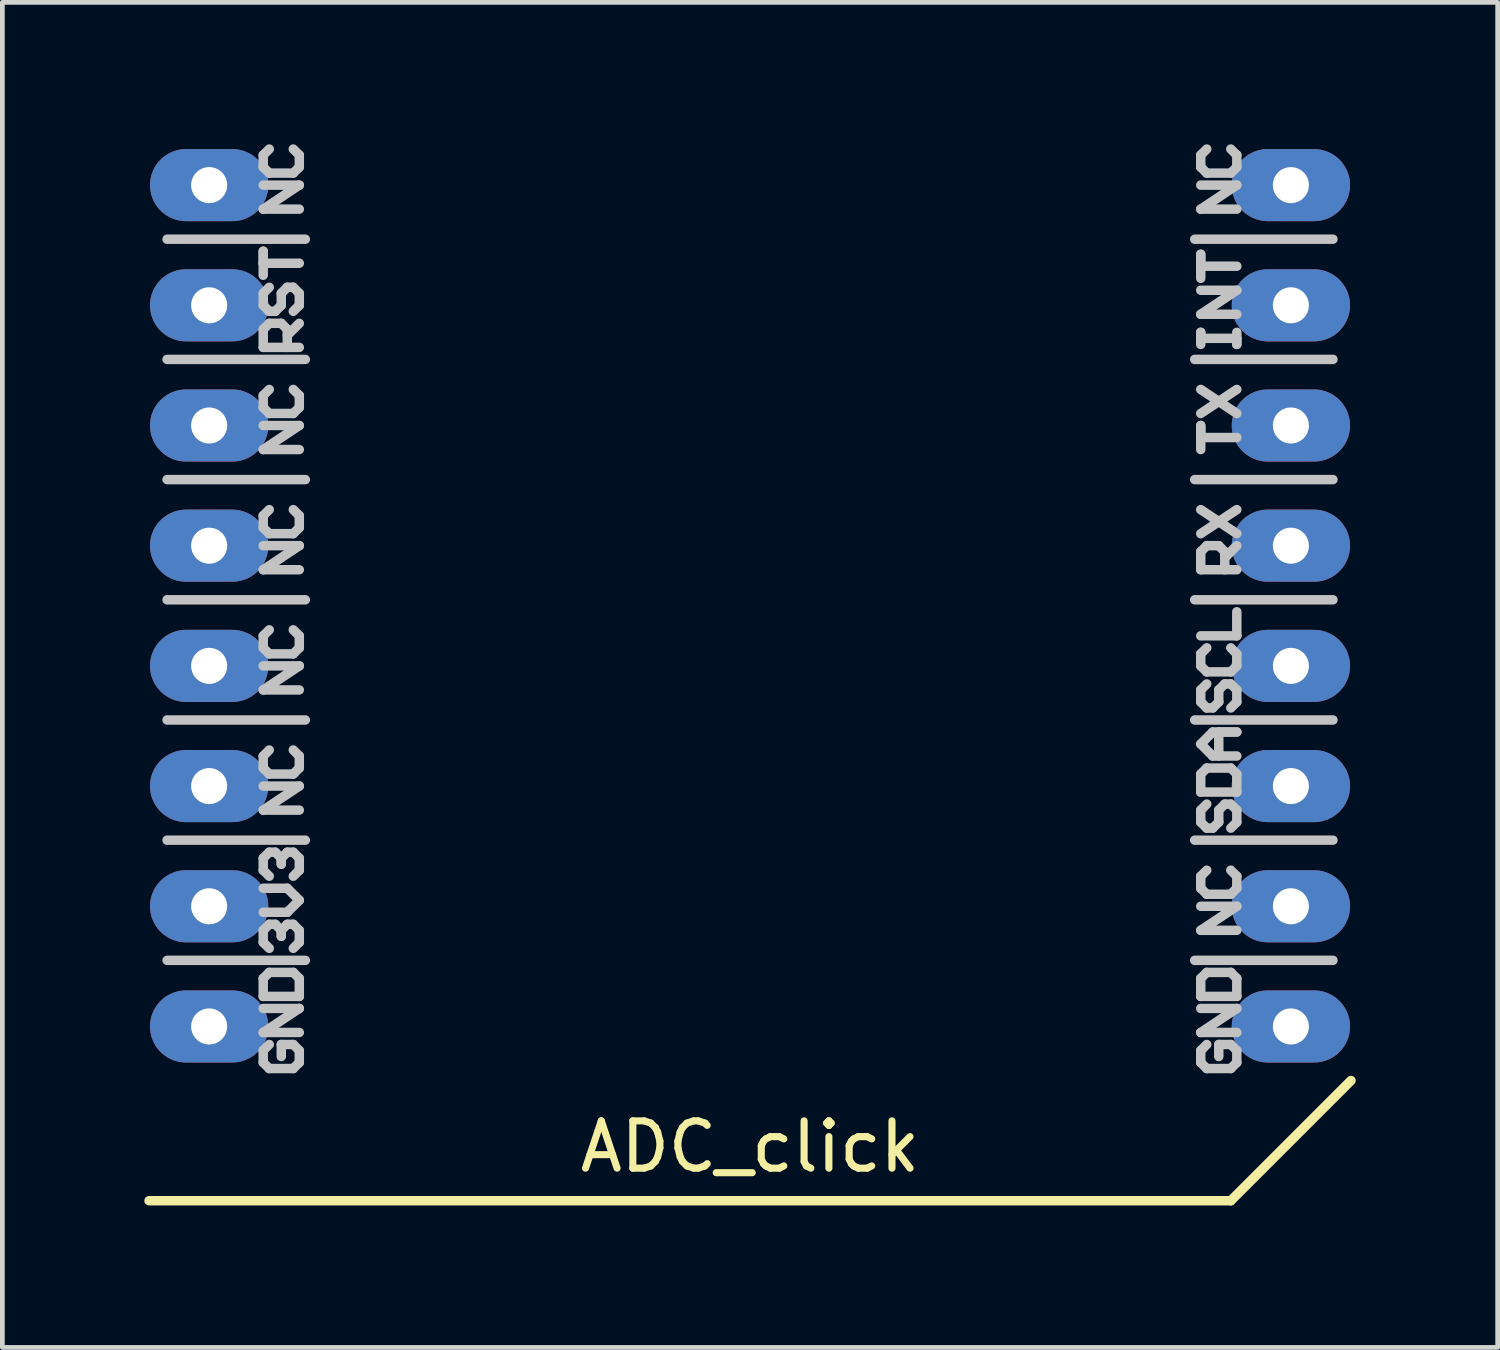
<source format=kicad_pcb>
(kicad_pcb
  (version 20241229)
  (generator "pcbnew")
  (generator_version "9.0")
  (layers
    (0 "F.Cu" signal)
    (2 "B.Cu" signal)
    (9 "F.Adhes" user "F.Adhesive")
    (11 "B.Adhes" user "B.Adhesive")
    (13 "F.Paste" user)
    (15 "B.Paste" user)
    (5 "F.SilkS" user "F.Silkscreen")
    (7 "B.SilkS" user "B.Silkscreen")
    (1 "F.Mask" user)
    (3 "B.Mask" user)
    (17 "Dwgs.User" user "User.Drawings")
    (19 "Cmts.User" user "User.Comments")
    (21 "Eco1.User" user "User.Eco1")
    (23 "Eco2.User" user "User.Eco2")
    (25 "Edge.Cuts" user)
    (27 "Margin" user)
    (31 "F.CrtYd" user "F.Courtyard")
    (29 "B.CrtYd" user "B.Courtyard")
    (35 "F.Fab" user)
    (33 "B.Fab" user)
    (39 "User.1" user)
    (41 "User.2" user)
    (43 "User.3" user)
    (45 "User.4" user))
  (footprint "ADC_click"
    (layer "F.Cu")
    (at 12.8 9.752)
    (property "Reference" "ADC_click" (at 0 11.43 0) (layer "F.SilkS") (effects (font (size 1 1) (thickness 0.15))))
    (attr through_hole)
    (fp_line (start -12.7 12.573) (end 10.16 12.573) (stroke (width 0.2) (type solid)) (layer "F.SilkS"))
    (fp_line (start 10.16 12.573) (end 12.7 10.033) (stroke (width 0.2) (type solid)) (layer "F.SilkS"))
    (fp_line (start -12.319 -7.747) (end -9.398 -7.747) (stroke (width 0.2) (type solid)) (layer "Dwgs.User"))
    (fp_line (start -12.319 -5.207) (end -9.398 -5.207) (stroke (width 0.2) (type solid)) (layer "Dwgs.User"))
    (fp_line (start -12.319 -2.667) (end -9.398 -2.667) (stroke (width 0.2) (type solid)) (layer "Dwgs.User"))
    (fp_line (start -12.319 -0.127) (end -9.398 -0.127) (stroke (width 0.2) (type solid)) (layer "Dwgs.User"))
    (fp_line (start -12.319 2.413) (end -9.398 2.413) (stroke (width 0.2) (type solid)) (layer "Dwgs.User"))
    (fp_line (start -12.319 4.953) (end -9.398 4.953) (stroke (width 0.2) (type solid)) (layer "Dwgs.User"))
    (fp_line (start -12.319 7.493) (end -9.398 7.493) (stroke (width 0.2) (type solid)) (layer "Dwgs.User"))
    (fp_line (start -10.287 -9.525) (end -10.287 -9.271) (stroke (width 0.2) (type solid)) (layer "Dwgs.User"))
    (fp_line (start -10.287 -9.271) (end -10.16 -9.144) (stroke (width 0.2) (type solid)) (layer "Dwgs.User"))
    (fp_line (start -10.287 -8.382) (end -9.525 -8.89) (stroke (width 0.2) (type solid)) (layer "Dwgs.User"))
    (fp_line (start -10.287 -7.493) (end -10.287 -7.239) (stroke (width 0.2) (type solid)) (layer "Dwgs.User"))
    (fp_line (start -10.287 -7.239) (end -9.525 -7.239) (stroke (width 0.2) (type solid)) (layer "Dwgs.User"))
    (fp_line (start -10.287 -6.985) (end -10.287 -7.493) (stroke (width 0.2) (type solid)) (layer "Dwgs.User"))
    (fp_line (start -10.287 -6.604) (end -10.287 -6.35) (stroke (width 0.2) (type solid)) (layer "Dwgs.User"))
    (fp_line (start -10.287 -6.35) (end -10.16 -6.223) (stroke (width 0.2) (type solid)) (layer "Dwgs.User"))
    (fp_line (start -10.287 -5.842) (end -10.16 -5.969) (stroke (width 0.2) (type solid)) (layer "Dwgs.User"))
    (fp_line (start -10.287 -5.461) (end -10.287 -5.842) (stroke (width 0.2) (type solid)) (layer "Dwgs.User"))
    (fp_line (start -10.287 -4.445) (end -10.287 -4.191) (stroke (width 0.2) (type solid)) (layer "Dwgs.User"))
    (fp_line (start -10.287 -4.191) (end -10.16 -4.064) (stroke (width 0.2) (type solid)) (layer "Dwgs.User"))
    (fp_line (start -10.287 -3.302) (end -9.525 -3.81) (stroke (width 0.2) (type solid)) (layer "Dwgs.User"))
    (fp_line (start -10.287 -1.905) (end -10.287 -1.651) (stroke (width 0.2) (type solid)) (layer "Dwgs.User"))
    (fp_line (start -10.287 -1.651) (end -10.16 -1.524) (stroke (width 0.2) (type solid)) (layer "Dwgs.User"))
    (fp_line (start -10.287 -0.762) (end -9.525 -1.27) (stroke (width 0.2) (type solid)) (layer "Dwgs.User"))
    (fp_line (start -10.287 0.635) (end -10.287 0.889) (stroke (width 0.2) (type solid)) (layer "Dwgs.User"))
    (fp_line (start -10.287 0.889) (end -10.16 1.016) (stroke (width 0.2) (type solid)) (layer "Dwgs.User"))
    (fp_line (start -10.287 1.778) (end -9.525 1.27) (stroke (width 0.2) (type solid)) (layer "Dwgs.User"))
    (fp_line (start -10.287 3.175) (end -10.287 3.429) (stroke (width 0.2) (type solid)) (layer "Dwgs.User"))
    (fp_line (start -10.287 3.429) (end -10.16 3.556) (stroke (width 0.2) (type solid)) (layer "Dwgs.User"))
    (fp_line (start -10.287 4.318) (end -9.525 3.81) (stroke (width 0.2) (type solid)) (layer "Dwgs.User"))
    (fp_line (start -10.287 5.334) (end -10.16 5.207) (stroke (width 0.2) (type solid)) (layer "Dwgs.User"))
    (fp_line (start -10.287 5.588) (end -10.287 5.334) (stroke (width 0.2) (type solid)) (layer "Dwgs.User"))
    (fp_line (start -10.287 6.477) (end -9.779 6.477) (stroke (width 0.2) (type solid)) (layer "Dwgs.User"))
    (fp_line (start -10.287 6.858) (end -10.16 6.731) (stroke (width 0.2) (type solid)) (layer "Dwgs.User"))
    (fp_line (start -10.287 7.112) (end -10.287 6.858) (stroke (width 0.2) (type solid)) (layer "Dwgs.User"))
    (fp_line (start -10.287 7.874) (end -10.287 8.255) (stroke (width 0.2) (type solid)) (layer "Dwgs.User"))
    (fp_line (start -10.287 8.255) (end -9.525 8.255) (stroke (width 0.2) (type solid)) (layer "Dwgs.User"))
    (fp_line (start -10.287 9.017) (end -9.525 8.509) (stroke (width 0.2) (type solid)) (layer "Dwgs.User"))
    (fp_line (start -10.287 9.398) (end -10.287 9.652) (stroke (width 0.2) (type solid)) (layer "Dwgs.User"))
    (fp_line (start -10.287 9.652) (end -10.16 9.779) (stroke (width 0.2) (type solid)) (layer "Dwgs.User"))
    (fp_line (start -10.16 -9.652) (end -10.287 -9.525) (stroke (width 0.2) (type solid)) (layer "Dwgs.User"))
    (fp_line (start -10.16 -9.144) (end -9.652 -9.144) (stroke (width 0.2) (type solid)) (layer "Dwgs.User"))
    (fp_line (start -10.16 -6.731) (end -10.287 -6.604) (stroke (width 0.2) (type solid)) (layer "Dwgs.User"))
    (fp_line (start -10.16 -6.223) (end -10.033 -6.223) (stroke (width 0.2) (type solid)) (layer "Dwgs.User"))
    (fp_line (start -10.16 -5.969) (end -9.906 -5.969) (stroke (width 0.2) (type solid)) (layer "Dwgs.User"))
    (fp_line (start -10.16 -4.572) (end -10.287 -4.445) (stroke (width 0.2) (type solid)) (layer "Dwgs.User"))
    (fp_line (start -10.16 -4.064) (end -9.652 -4.064) (stroke (width 0.2) (type solid)) (layer "Dwgs.User"))
    (fp_line (start -10.16 -2.032) (end -10.287 -1.905) (stroke (width 0.2) (type solid)) (layer "Dwgs.User"))
    (fp_line (start -10.16 -1.524) (end -9.652 -1.524) (stroke (width 0.2) (type solid)) (layer "Dwgs.User"))
    (fp_line (start -10.16 0.508) (end -10.287 0.635) (stroke (width 0.2) (type solid)) (layer "Dwgs.User"))
    (fp_line (start -10.16 1.016) (end -9.652 1.016) (stroke (width 0.2) (type solid)) (layer "Dwgs.User"))
    (fp_line (start -10.16 3.048) (end -10.287 3.175) (stroke (width 0.2) (type solid)) (layer "Dwgs.User"))
    (fp_line (start -10.16 3.556) (end -9.652 3.556) (stroke (width 0.2) (type solid)) (layer "Dwgs.User"))
    (fp_line (start -10.16 5.207) (end -10.033 5.207) (stroke (width 0.2) (type solid)) (layer "Dwgs.User"))
    (fp_line (start -10.16 5.715) (end -10.287 5.588) (stroke (width 0.2) (type solid)) (layer "Dwgs.User"))
    (fp_line (start -10.16 6.731) (end -10.033 6.731) (stroke (width 0.2) (type solid)) (layer "Dwgs.User"))
    (fp_line (start -10.16 7.239) (end -10.287 7.112) (stroke (width 0.2) (type solid)) (layer "Dwgs.User"))
    (fp_line (start -10.16 7.747) (end -10.287 7.874) (stroke (width 0.2) (type solid)) (layer "Dwgs.User"))
    (fp_line (start -10.16 9.271) (end -10.287 9.398) (stroke (width 0.2) (type solid)) (layer "Dwgs.User"))
    (fp_line (start -10.16 9.779) (end -9.652 9.779) (stroke (width 0.2) (type solid)) (layer "Dwgs.User"))
    (fp_line (start -10.033 -6.223) (end -9.906 -6.35) (stroke (width 0.2) (type solid)) (layer "Dwgs.User"))
    (fp_line (start -10.033 5.207) (end -9.906 5.334) (stroke (width 0.2) (type solid)) (layer "Dwgs.User"))
    (fp_line (start -10.033 6.731) (end -9.906 6.858) (stroke (width 0.2) (type solid)) (layer "Dwgs.User"))
    (fp_line (start -9.906 -6.604) (end -9.779 -6.731) (stroke (width 0.2) (type solid)) (layer "Dwgs.User"))
    (fp_line (start -9.906 -6.35) (end -9.906 -6.604) (stroke (width 0.2) (type solid)) (layer "Dwgs.User"))
    (fp_line (start -9.906 -5.969) (end -9.779 -5.842) (stroke (width 0.2) (type solid)) (layer "Dwgs.User"))
    (fp_line (start -9.906 5.334) (end -9.906 5.461) (stroke (width 0.2) (type solid)) (layer "Dwgs.User"))
    (fp_line (start -9.906 5.334) (end -9.779 5.207) (stroke (width 0.2) (type solid)) (layer "Dwgs.User"))
    (fp_line (start -9.906 5.461) (end -9.906 5.334) (stroke (width 0.2) (type solid)) (layer "Dwgs.User"))
    (fp_line (start -9.906 6.858) (end -9.906 6.985) (stroke (width 0.2) (type solid)) (layer "Dwgs.User"))
    (fp_line (start -9.906 6.858) (end -9.779 6.731) (stroke (width 0.2) (type solid)) (layer "Dwgs.User"))
    (fp_line (start -9.906 6.985) (end -9.906 6.858) (stroke (width 0.2) (type solid)) (layer "Dwgs.User"))
    (fp_line (start -9.906 9.271) (end -9.906 9.525) (stroke (width 0.2) (type solid)) (layer "Dwgs.User"))
    (fp_line (start -9.779 -6.731) (end -9.652 -6.731) (stroke (width 0.2) (type solid)) (layer "Dwgs.User"))
    (fp_line (start -9.779 -5.842) (end -9.779 -5.461) (stroke (width 0.2) (type solid)) (layer "Dwgs.User"))
    (fp_line (start -9.779 -5.715) (end -9.525 -5.969) (stroke (width 0.2) (type solid)) (layer "Dwgs.User"))
    (fp_line (start -9.779 5.207) (end -9.652 5.207) (stroke (width 0.2) (type solid)) (layer "Dwgs.User"))
    (fp_line (start -9.779 5.969) (end -10.287 5.969) (stroke (width 0.2) (type solid)) (layer "Dwgs.User"))
    (fp_line (start -9.779 6.477) (end -9.525 6.223) (stroke (width 0.2) (type solid)) (layer "Dwgs.User"))
    (fp_line (start -9.779 6.731) (end -9.652 6.731) (stroke (width 0.2) (type solid)) (layer "Dwgs.User"))
    (fp_line (start -9.652 -9.144) (end -9.525 -9.271) (stroke (width 0.2) (type solid)) (layer "Dwgs.User"))
    (fp_line (start -9.652 -6.731) (end -9.525 -6.604) (stroke (width 0.2) (type solid)) (layer "Dwgs.User"))
    (fp_line (start -9.652 -4.064) (end -9.525 -4.191) (stroke (width 0.2) (type solid)) (layer "Dwgs.User"))
    (fp_line (start -9.652 -1.524) (end -9.525 -1.651) (stroke (width 0.2) (type solid)) (layer "Dwgs.User"))
    (fp_line (start -9.652 1.016) (end -9.525 0.889) (stroke (width 0.2) (type solid)) (layer "Dwgs.User"))
    (fp_line (start -9.652 3.556) (end -9.525 3.429) (stroke (width 0.2) (type solid)) (layer "Dwgs.User"))
    (fp_line (start -9.652 5.207) (end -9.525 5.334) (stroke (width 0.2) (type solid)) (layer "Dwgs.User"))
    (fp_line (start -9.652 6.731) (end -9.525 6.858) (stroke (width 0.2) (type solid)) (layer "Dwgs.User"))
    (fp_line (start -9.652 7.747) (end -10.16 7.747) (stroke (width 0.2) (type solid)) (layer "Dwgs.User"))
    (fp_line (start -9.652 9.271) (end -9.906 9.271) (stroke (width 0.2) (type solid)) (layer "Dwgs.User"))
    (fp_line (start -9.652 9.779) (end -9.525 9.652) (stroke (width 0.2) (type solid)) (layer "Dwgs.User"))
    (fp_line (start -9.525 -9.525) (end -9.652 -9.652) (stroke (width 0.2) (type solid)) (layer "Dwgs.User"))
    (fp_line (start -9.525 -9.271) (end -9.525 -9.525) (stroke (width 0.2) (type solid)) (layer "Dwgs.User"))
    (fp_line (start -9.525 -8.89) (end -10.287 -8.89) (stroke (width 0.2) (type solid)) (layer "Dwgs.User"))
    (fp_line (start -9.525 -8.382) (end -10.287 -8.382) (stroke (width 0.2) (type solid)) (layer "Dwgs.User"))
    (fp_line (start -9.525 -6.604) (end -9.525 -6.35) (stroke (width 0.2) (type solid)) (layer "Dwgs.User"))
    (fp_line (start -9.525 -6.35) (end -9.652 -6.223) (stroke (width 0.2) (type solid)) (layer "Dwgs.User"))
    (fp_line (start -9.525 -5.461) (end -10.287 -5.461) (stroke (width 0.2) (type solid)) (layer "Dwgs.User"))
    (fp_line (start -9.525 -4.445) (end -9.652 -4.572) (stroke (width 0.2) (type solid)) (layer "Dwgs.User"))
    (fp_line (start -9.525 -4.191) (end -9.525 -4.445) (stroke (width 0.2) (type solid)) (layer "Dwgs.User"))
    (fp_line (start -9.525 -3.81) (end -10.287 -3.81) (stroke (width 0.2) (type solid)) (layer "Dwgs.User"))
    (fp_line (start -9.525 -3.302) (end -10.287 -3.302) (stroke (width 0.2) (type solid)) (layer "Dwgs.User"))
    (fp_line (start -9.525 -1.905) (end -9.652 -2.032) (stroke (width 0.2) (type solid)) (layer "Dwgs.User"))
    (fp_line (start -9.525 -1.651) (end -9.525 -1.905) (stroke (width 0.2) (type solid)) (layer "Dwgs.User"))
    (fp_line (start -9.525 -1.27) (end -10.287 -1.27) (stroke (width 0.2) (type solid)) (layer "Dwgs.User"))
    (fp_line (start -9.525 -0.762) (end -10.287 -0.762) (stroke (width 0.2) (type solid)) (layer "Dwgs.User"))
    (fp_line (start -9.525 0.635) (end -9.652 0.508) (stroke (width 0.2) (type solid)) (layer "Dwgs.User"))
    (fp_line (start -9.525 0.889) (end -9.525 0.635) (stroke (width 0.2) (type solid)) (layer "Dwgs.User"))
    (fp_line (start -9.525 1.27) (end -10.287 1.27) (stroke (width 0.2) (type solid)) (layer "Dwgs.User"))
    (fp_line (start -9.525 1.778) (end -10.287 1.778) (stroke (width 0.2) (type solid)) (layer "Dwgs.User"))
    (fp_line (start -9.525 3.175) (end -9.652 3.048) (stroke (width 0.2) (type solid)) (layer "Dwgs.User"))
    (fp_line (start -9.525 3.429) (end -9.525 3.175) (stroke (width 0.2) (type solid)) (layer "Dwgs.User"))
    (fp_line (start -9.525 3.81) (end -10.287 3.81) (stroke (width 0.2) (type solid)) (layer "Dwgs.User"))
    (fp_line (start -9.525 4.318) (end -10.287 4.318) (stroke (width 0.2) (type solid)) (layer "Dwgs.User"))
    (fp_line (start -9.525 5.334) (end -9.525 5.588) (stroke (width 0.2) (type solid)) (layer "Dwgs.User"))
    (fp_line (start -9.525 5.588) (end -9.652 5.715) (stroke (width 0.2) (type solid)) (layer "Dwgs.User"))
    (fp_line (start -9.525 6.223) (end -9.779 5.969) (stroke (width 0.2) (type solid)) (layer "Dwgs.User"))
    (fp_line (start -9.525 6.858) (end -9.525 7.112) (stroke (width 0.2) (type solid)) (layer "Dwgs.User"))
    (fp_line (start -9.525 7.112) (end -9.652 7.239) (stroke (width 0.2) (type solid)) (layer "Dwgs.User"))
    (fp_line (start -9.525 7.874) (end -9.652 7.747) (stroke (width 0.2) (type solid)) (layer "Dwgs.User"))
    (fp_line (start -9.525 8.255) (end -9.525 7.874) (stroke (width 0.2) (type solid)) (layer "Dwgs.User"))
    (fp_line (start -9.525 8.509) (end -10.287 8.509) (stroke (width 0.2) (type solid)) (layer "Dwgs.User"))
    (fp_line (start -9.525 9.017) (end -10.287 9.017) (stroke (width 0.2) (type solid)) (layer "Dwgs.User"))
    (fp_line (start -9.525 9.398) (end -9.652 9.271) (stroke (width 0.2) (type solid)) (layer "Dwgs.User"))
    (fp_line (start -9.525 9.652) (end -9.525 9.398) (stroke (width 0.2) (type solid)) (layer "Dwgs.User"))
    (fp_line (start 9.398 -7.747) (end 12.319 -7.747) (stroke (width 0.2) (type solid)) (layer "Dwgs.User"))
    (fp_line (start 9.398 -5.207) (end 12.319 -5.207) (stroke (width 0.2) (type solid)) (layer "Dwgs.User"))
    (fp_line (start 9.398 -2.667) (end 12.319 -2.667) (stroke (width 0.2) (type solid)) (layer "Dwgs.User"))
    (fp_line (start 9.398 -0.127) (end 12.319 -0.127) (stroke (width 0.2) (type solid)) (layer "Dwgs.User"))
    (fp_line (start 9.398 2.413) (end 12.319 2.413) (stroke (width 0.2) (type solid)) (layer "Dwgs.User"))
    (fp_line (start 9.398 4.953) (end 12.319 4.953) (stroke (width 0.2) (type solid)) (layer "Dwgs.User"))
    (fp_line (start 9.398 7.493) (end 12.319 7.493) (stroke (width 0.2) (type solid)) (layer "Dwgs.User"))
    (fp_line (start 9.525 -9.525) (end 9.525 -9.271) (stroke (width 0.2) (type solid)) (layer "Dwgs.User"))
    (fp_line (start 9.525 -9.271) (end 9.652 -9.144) (stroke (width 0.2) (type solid)) (layer "Dwgs.User"))
    (fp_line (start 9.525 -8.382) (end 10.287 -8.89) (stroke (width 0.2) (type solid)) (layer "Dwgs.User"))
    (fp_line (start 9.525 -7.429) (end 9.525 -7.176) (stroke (width 0.2) (type solid)) (layer "Dwgs.User"))
    (fp_line (start 9.525 -7.176) (end 10.287 -7.176) (stroke (width 0.2) (type solid)) (layer "Dwgs.User"))
    (fp_line (start 9.525 -6.921) (end 9.525 -7.429) (stroke (width 0.2) (type solid)) (layer "Dwgs.User"))
    (fp_line (start 9.525 -6.16) (end 10.287 -6.668) (stroke (width 0.2) (type solid)) (layer "Dwgs.User"))
    (fp_line (start 9.525 -5.779) (end 9.525 -5.652) (stroke (width 0.2) (type solid)) (layer "Dwgs.User"))
    (fp_line (start 9.525 -5.652) (end 10.287 -5.652) (stroke (width 0.2) (type solid)) (layer "Dwgs.User"))
    (fp_line (start 9.525 -5.524) (end 9.525 -5.779) (stroke (width 0.2) (type solid)) (layer "Dwgs.User"))
    (fp_line (start 9.525 -4.572) (end 10.287 -4.064) (stroke (width 0.2) (type solid)) (layer "Dwgs.User"))
    (fp_line (start 9.525 -4.064) (end 10.287 -4.572) (stroke (width 0.2) (type solid)) (layer "Dwgs.User"))
    (fp_line (start 9.525 -3.81) (end 9.525 -3.556) (stroke (width 0.2) (type solid)) (layer "Dwgs.User"))
    (fp_line (start 9.525 -3.556) (end 10.287 -3.556) (stroke (width 0.2) (type solid)) (layer "Dwgs.User"))
    (fp_line (start 9.525 -3.302) (end 9.525 -3.81) (stroke (width 0.2) (type solid)) (layer "Dwgs.User"))
    (fp_line (start 9.525 -2.032) (end 10.287 -1.524) (stroke (width 0.2) (type solid)) (layer "Dwgs.User"))
    (fp_line (start 9.525 -1.524) (end 10.287 -2.032) (stroke (width 0.2) (type solid)) (layer "Dwgs.User"))
    (fp_line (start 9.525 -1.143) (end 9.652 -1.27) (stroke (width 0.2) (type solid)) (layer "Dwgs.User"))
    (fp_line (start 9.525 -0.762) (end 9.525 -1.143) (stroke (width 0.2) (type solid)) (layer "Dwgs.User"))
    (fp_line (start 9.525 0.635) (end 10.287 0.635) (stroke (width 0.2) (type solid)) (layer "Dwgs.User"))
    (fp_line (start 9.525 1.016) (end 9.525 1.27) (stroke (width 0.2) (type solid)) (layer "Dwgs.User"))
    (fp_line (start 9.525 1.27) (end 9.652 1.397) (stroke (width 0.2) (type solid)) (layer "Dwgs.User"))
    (fp_line (start 9.525 1.778) (end 9.525 2.032) (stroke (width 0.2) (type solid)) (layer "Dwgs.User"))
    (fp_line (start 9.525 2.032) (end 9.652 2.159) (stroke (width 0.2) (type solid)) (layer "Dwgs.User"))
    (fp_line (start 9.525 2.921) (end 9.779 2.667) (stroke (width 0.2) (type solid)) (layer "Dwgs.User"))
    (fp_line (start 9.525 3.556) (end 9.525 3.937) (stroke (width 0.2) (type solid)) (layer "Dwgs.User"))
    (fp_line (start 9.525 3.937) (end 10.287 3.937) (stroke (width 0.2) (type solid)) (layer "Dwgs.User"))
    (fp_line (start 9.525 4.318) (end 9.525 4.572) (stroke (width 0.2) (type solid)) (layer "Dwgs.User"))
    (fp_line (start 9.525 4.572) (end 9.652 4.699) (stroke (width 0.2) (type solid)) (layer "Dwgs.User"))
    (fp_line (start 9.525 5.715) (end 9.525 5.969) (stroke (width 0.2) (type solid)) (layer "Dwgs.User"))
    (fp_line (start 9.525 5.969) (end 9.652 6.096) (stroke (width 0.2) (type solid)) (layer "Dwgs.User"))
    (fp_line (start 9.525 6.858) (end 10.287 6.35) (stroke (width 0.2) (type solid)) (layer "Dwgs.User"))
    (fp_line (start 9.525 7.874) (end 9.525 8.255) (stroke (width 0.2) (type solid)) (layer "Dwgs.User"))
    (fp_line (start 9.525 8.255) (end 10.287 8.255) (stroke (width 0.2) (type solid)) (layer "Dwgs.User"))
    (fp_line (start 9.525 9.017) (end 10.287 8.509) (stroke (width 0.2) (type solid)) (layer "Dwgs.User"))
    (fp_line (start 9.525 9.398) (end 9.525 9.652) (stroke (width 0.2) (type solid)) (layer "Dwgs.User"))
    (fp_line (start 9.525 9.652) (end 9.652 9.779) (stroke (width 0.2) (type solid)) (layer "Dwgs.User"))
    (fp_line (start 9.652 -9.652) (end 9.525 -9.525) (stroke (width 0.2) (type solid)) (layer "Dwgs.User"))
    (fp_line (start 9.652 -9.144) (end 10.16 -9.144) (stroke (width 0.2) (type solid)) (layer "Dwgs.User"))
    (fp_line (start 9.652 -1.27) (end 9.906 -1.27) (stroke (width 0.2) (type solid)) (layer "Dwgs.User"))
    (fp_line (start 9.652 0.889) (end 9.525 1.016) (stroke (width 0.2) (type solid)) (layer "Dwgs.User"))
    (fp_line (start 9.652 1.397) (end 10.16 1.397) (stroke (width 0.2) (type solid)) (layer "Dwgs.User"))
    (fp_line (start 9.652 1.651) (end 9.525 1.778) (stroke (width 0.2) (type solid)) (layer "Dwgs.User"))
    (fp_line (start 9.652 2.159) (end 9.779 2.159) (stroke (width 0.2) (type solid)) (layer "Dwgs.User"))
    (fp_line (start 9.652 3.429) (end 9.525 3.556) (stroke (width 0.2) (type solid)) (layer "Dwgs.User"))
    (fp_line (start 9.652 4.191) (end 9.525 4.318) (stroke (width 0.2) (type solid)) (layer "Dwgs.User"))
    (fp_line (start 9.652 4.699) (end 9.779 4.699) (stroke (width 0.2) (type solid)) (layer "Dwgs.User"))
    (fp_line (start 9.652 5.588) (end 9.525 5.715) (stroke (width 0.2) (type solid)) (layer "Dwgs.User"))
    (fp_line (start 9.652 6.096) (end 10.16 6.096) (stroke (width 0.2) (type solid)) (layer "Dwgs.User"))
    (fp_line (start 9.652 7.747) (end 9.525 7.874) (stroke (width 0.2) (type solid)) (layer "Dwgs.User"))
    (fp_line (start 9.652 9.271) (end 9.525 9.398) (stroke (width 0.2) (type solid)) (layer "Dwgs.User"))
    (fp_line (start 9.652 9.779) (end 10.16 9.779) (stroke (width 0.2) (type solid)) (layer "Dwgs.User"))
    (fp_line (start 9.779 2.159) (end 9.906 2.032) (stroke (width 0.2) (type solid)) (layer "Dwgs.User"))
    (fp_line (start 9.779 2.667) (end 10.287 2.667) (stroke (width 0.2) (type solid)) (layer "Dwgs.User"))
    (fp_line (start 9.779 3.175) (end 9.525 2.921) (stroke (width 0.2) (type solid)) (layer "Dwgs.User"))
    (fp_line (start 9.779 4.699) (end 9.906 4.572) (stroke (width 0.2) (type solid)) (layer "Dwgs.User"))
    (fp_line (start 9.906 -1.27) (end 10.033 -1.143) (stroke (width 0.2) (type solid)) (layer "Dwgs.User"))
    (fp_line (start 9.906 1.778) (end 10.033 1.651) (stroke (width 0.2) (type solid)) (layer "Dwgs.User"))
    (fp_line (start 9.906 2.032) (end 9.906 1.778) (stroke (width 0.2) (type solid)) (layer "Dwgs.User"))
    (fp_line (start 9.906 2.667) (end 9.906 3.175) (stroke (width 0.2) (type solid)) (layer "Dwgs.User"))
    (fp_line (start 9.906 4.318) (end 10.033 4.191) (stroke (width 0.2) (type solid)) (layer "Dwgs.User"))
    (fp_line (start 9.906 4.572) (end 9.906 4.318) (stroke (width 0.2) (type solid)) (layer "Dwgs.User"))
    (fp_line (start 9.906 9.271) (end 9.906 9.525) (stroke (width 0.2) (type solid)) (layer "Dwgs.User"))
    (fp_line (start 10.033 -1.143) (end 10.033 -0.762) (stroke (width 0.2) (type solid)) (layer "Dwgs.User"))
    (fp_line (start 10.033 -1.016) (end 10.287 -1.27) (stroke (width 0.2) (type solid)) (layer "Dwgs.User"))
    (fp_line (start 10.033 1.651) (end 10.16 1.651) (stroke (width 0.2) (type solid)) (layer "Dwgs.User"))
    (fp_line (start 10.033 4.191) (end 10.16 4.191) (stroke (width 0.2) (type solid)) (layer "Dwgs.User"))
    (fp_line (start 10.16 -9.144) (end 10.287 -9.271) (stroke (width 0.2) (type solid)) (layer "Dwgs.User"))
    (fp_line (start 10.16 1.397) (end 10.287 1.27) (stroke (width 0.2) (type solid)) (layer "Dwgs.User"))
    (fp_line (start 10.16 1.651) (end 10.287 1.778) (stroke (width 0.2) (type solid)) (layer "Dwgs.User"))
    (fp_line (start 10.16 3.429) (end 9.652 3.429) (stroke (width 0.2) (type solid)) (layer "Dwgs.User"))
    (fp_line (start 10.16 4.191) (end 10.287 4.318) (stroke (width 0.2) (type solid)) (layer "Dwgs.User"))
    (fp_line (start 10.16 6.096) (end 10.287 5.969) (stroke (width 0.2) (type solid)) (layer "Dwgs.User"))
    (fp_line (start 10.16 7.747) (end 9.652 7.747) (stroke (width 0.2) (type solid)) (layer "Dwgs.User"))
    (fp_line (start 10.16 9.271) (end 9.906 9.271) (stroke (width 0.2) (type solid)) (layer "Dwgs.User"))
    (fp_line (start 10.16 9.779) (end 10.287 9.652) (stroke (width 0.2) (type solid)) (layer "Dwgs.User"))
    (fp_line (start 10.287 -9.525) (end 10.16 -9.652) (stroke (width 0.2) (type solid)) (layer "Dwgs.User"))
    (fp_line (start 10.287 -9.271) (end 10.287 -9.525) (stroke (width 0.2) (type solid)) (layer "Dwgs.User"))
    (fp_line (start 10.287 -8.89) (end 9.525 -8.89) (stroke (width 0.2) (type solid)) (layer "Dwgs.User"))
    (fp_line (start 10.287 -8.382) (end 9.525 -8.382) (stroke (width 0.2) (type solid)) (layer "Dwgs.User"))
    (fp_line (start 10.287 -6.668) (end 9.525 -6.668) (stroke (width 0.2) (type solid)) (layer "Dwgs.User"))
    (fp_line (start 10.287 -6.16) (end 9.525 -6.16) (stroke (width 0.2) (type solid)) (layer "Dwgs.User"))
    (fp_line (start 10.287 -5.652) (end 10.287 -5.524) (stroke (width 0.2) (type solid)) (layer "Dwgs.User"))
    (fp_line (start 10.287 -5.524) (end 10.287 -5.779) (stroke (width 0.2) (type solid)) (layer "Dwgs.User"))
    (fp_line (start 10.287 -0.762) (end 9.525 -0.762) (stroke (width 0.2) (type solid)) (layer "Dwgs.User"))
    (fp_line (start 10.287 0.635) (end 10.287 0.127) (stroke (width 0.2) (type solid)) (layer "Dwgs.User"))
    (fp_line (start 10.287 1.016) (end 10.16 0.889) (stroke (width 0.2) (type solid)) (layer "Dwgs.User"))
    (fp_line (start 10.287 1.27) (end 10.287 1.016) (stroke (width 0.2) (type solid)) (layer "Dwgs.User"))
    (fp_line (start 10.287 1.778) (end 10.287 2.032) (stroke (width 0.2) (type solid)) (layer "Dwgs.User"))
    (fp_line (start 10.287 2.032) (end 10.16 2.159) (stroke (width 0.2) (type solid)) (layer "Dwgs.User"))
    (fp_line (start 10.287 2.667) (end 9.906 2.667) (stroke (width 0.2) (type solid)) (layer "Dwgs.User"))
    (fp_line (start 10.287 3.175) (end 9.779 3.175) (stroke (width 0.2) (type solid)) (layer "Dwgs.User"))
    (fp_line (start 10.287 3.556) (end 10.16 3.429) (stroke (width 0.2) (type solid)) (layer "Dwgs.User"))
    (fp_line (start 10.287 3.937) (end 10.287 3.556) (stroke (width 0.2) (type solid)) (layer "Dwgs.User"))
    (fp_line (start 10.287 4.318) (end 10.287 4.572) (stroke (width 0.2) (type solid)) (layer "Dwgs.User"))
    (fp_line (start 10.287 4.572) (end 10.16 4.699) (stroke (width 0.2) (type solid)) (layer "Dwgs.User"))
    (fp_line (start 10.287 5.715) (end 10.16 5.588) (stroke (width 0.2) (type solid)) (layer "Dwgs.User"))
    (fp_line (start 10.287 5.969) (end 10.287 5.715) (stroke (width 0.2) (type solid)) (layer "Dwgs.User"))
    (fp_line (start 10.287 6.35) (end 9.525 6.35) (stroke (width 0.2) (type solid)) (layer "Dwgs.User"))
    (fp_line (start 10.287 6.858) (end 9.525 6.858) (stroke (width 0.2) (type solid)) (layer "Dwgs.User"))
    (fp_line (start 10.287 7.874) (end 10.16 7.747) (stroke (width 0.2) (type solid)) (layer "Dwgs.User"))
    (fp_line (start 10.287 8.255) (end 10.287 7.874) (stroke (width 0.2) (type solid)) (layer "Dwgs.User"))
    (fp_line (start 10.287 8.509) (end 9.525 8.509) (stroke (width 0.2) (type solid)) (layer "Dwgs.User"))
    (fp_line (start 10.287 9.017) (end 9.525 9.017) (stroke (width 0.2) (type solid)) (layer "Dwgs.User"))
    (fp_line (start 10.287 9.398) (end 10.16 9.271) (stroke (width 0.2) (type solid)) (layer "Dwgs.User"))
    (fp_line (start 10.287 9.652) (end 10.287 9.398) (stroke (width 0.2) (type solid)) (layer "Dwgs.User"))
    (pad "1" thru_hole oval (at -11.43 -8.89) (size 2.5 1.524) (drill 0.762) (layers "*.Cu" "*.Mask"))
    (pad "2" thru_hole oval (at -11.43 -6.35) (size 2.5 1.524) (drill 0.762) (layers "*.Cu" "*.Mask"))
    (pad "3" thru_hole oval (at -11.43 -3.81) (size 2.5 1.524) (drill 0.762) (layers "*.Cu" "*.Mask"))
    (pad "4" thru_hole oval (at -11.43 -1.27) (size 2.5 1.524) (drill 0.762) (layers "*.Cu" "*.Mask"))
    (pad "5" thru_hole oval (at -11.43 1.27) (size 2.5 1.524) (drill 0.762) (layers "*.Cu" "*.Mask"))
    (pad "6" thru_hole oval (at -11.43 3.81) (size 2.5 1.524) (drill 0.762) (layers "*.Cu" "*.Mask"))
    (pad "7" thru_hole oval (at -11.43 6.35) (size 2.5 1.524) (drill 0.762) (layers "*.Cu" "*.Mask"))
    (pad "8" thru_hole oval (at -11.43 8.89) (size 2.5 1.524) (drill 0.762) (layers "*.Cu" "*.Mask"))
    (pad "9" thru_hole oval (at 11.43 8.89) (size 2.5 1.524) (drill 0.762) (layers "*.Cu" "*.Mask"))
    (pad "10" thru_hole oval (at 11.43 6.35) (size 2.5 1.524) (drill 0.762) (layers "*.Cu" "*.Mask"))
    (pad "11" thru_hole oval (at 11.43 3.81) (size 2.5 1.524) (drill 0.762) (layers "*.Cu" "*.Mask"))
    (pad "12" thru_hole oval (at 11.43 1.27) (size 2.5 1.524) (drill 0.762) (layers "*.Cu" "*.Mask"))
    (pad "13" thru_hole oval (at 11.43 -1.27) (size 2.5 1.524) (drill 0.762) (layers "*.Cu" "*.Mask"))
    (pad "14" thru_hole oval (at 11.43 -3.81) (size 2.5 1.524) (drill 0.762) (layers "*.Cu" "*.Mask"))
    (pad "15" thru_hole oval (at 11.43 -6.35) (size 2.5 1.524) (drill 0.762) (layers "*.Cu" "*.Mask"))
    (pad "16" thru_hole oval (at 11.43 -8.89) (size 2.5 1.524) (drill 0.762) (layers "*.Cu" "*.Mask")))
  (gr_rect
    (start -3 -3)
    (end 28.6 25.425)
    (stroke (width 0.1) (type default))
    (fill no)
    (layer "Edge.Cuts")))
</source>
